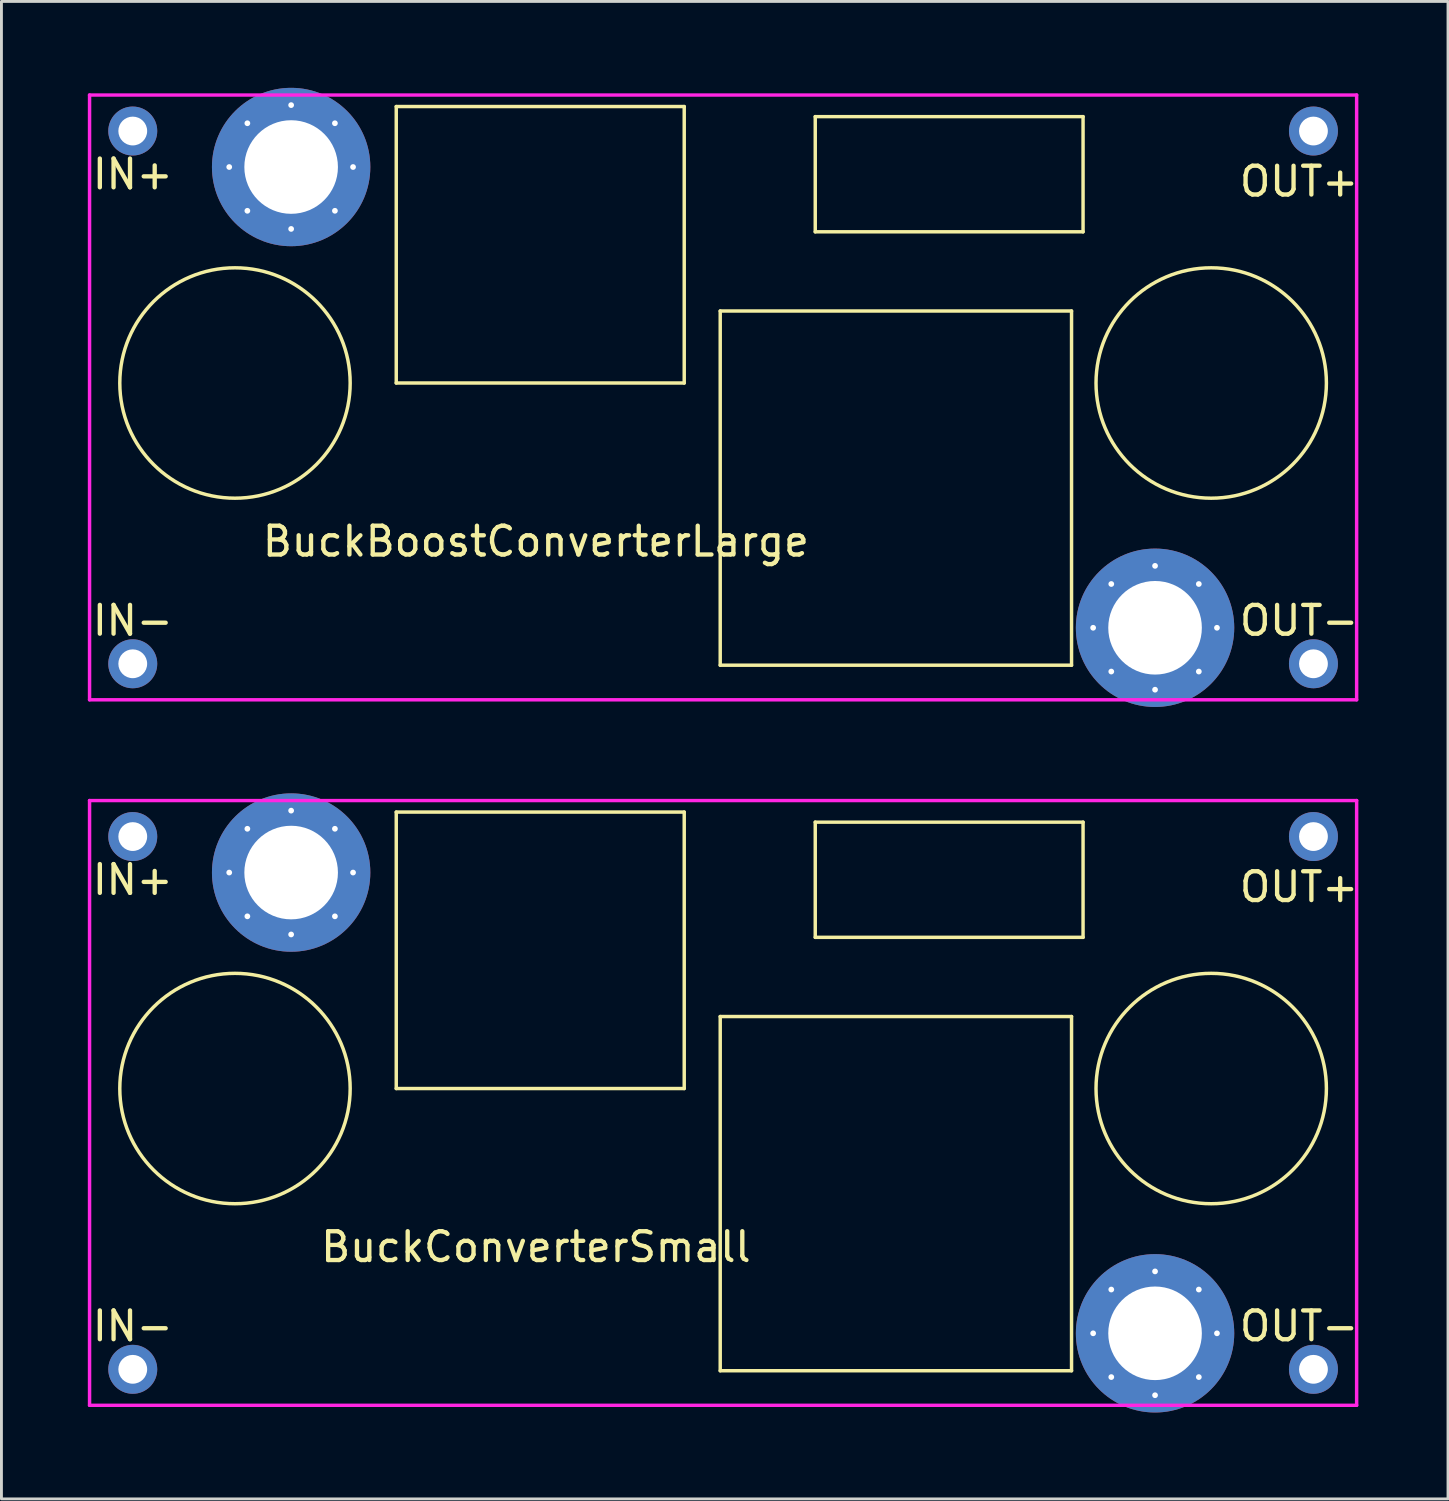
<source format=kicad_pcb>
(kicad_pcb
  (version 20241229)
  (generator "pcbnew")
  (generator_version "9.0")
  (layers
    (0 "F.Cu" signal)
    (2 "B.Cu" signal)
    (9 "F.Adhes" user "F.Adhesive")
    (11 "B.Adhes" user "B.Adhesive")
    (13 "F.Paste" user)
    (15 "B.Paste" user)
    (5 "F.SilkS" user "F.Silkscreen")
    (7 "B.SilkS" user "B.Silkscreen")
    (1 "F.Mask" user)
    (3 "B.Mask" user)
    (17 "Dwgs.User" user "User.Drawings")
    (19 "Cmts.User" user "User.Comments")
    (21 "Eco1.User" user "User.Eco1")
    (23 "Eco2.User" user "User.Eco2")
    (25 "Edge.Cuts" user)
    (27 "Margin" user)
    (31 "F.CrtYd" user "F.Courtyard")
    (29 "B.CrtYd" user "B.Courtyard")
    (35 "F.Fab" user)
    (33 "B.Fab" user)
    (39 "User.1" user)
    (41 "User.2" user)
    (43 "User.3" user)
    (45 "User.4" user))
  (footprint "BuckConverterSmall"
    (layer "F.Cu")
    (at 22.06 35.25)
    (property "Reference" "BuckConverterSmall" (at -6.5 5 0) (layer "F.SilkS") (effects (font (size 1 1) (thickness 0.15))))
    (attr through_hole)
    (fp_line (start -11.35 -10.1) (end -1.35 -10.1) (stroke (width 0.12) (type solid)) (layer "F.SilkS"))
    (fp_line (start -11.35 -0.5) (end -11.35 -10.1) (stroke (width 0.12) (type solid)) (layer "F.SilkS"))
    (fp_line (start -1.35 -10.1) (end -1.35 -0.5) (stroke (width 0.12) (type solid)) (layer "F.SilkS"))
    (fp_line (start -1.35 -0.5) (end -11.35 -0.5) (stroke (width 0.12) (type solid)) (layer "F.SilkS"))
    (fp_line (start -0.1 -3) (end 12.1 -3) (stroke (width 0.12) (type solid)) (layer "F.SilkS"))
    (fp_line (start -0.1 9.3) (end -0.1 -3) (stroke (width 0.12) (type solid)) (layer "F.SilkS"))
    (fp_line (start 3.2 -9.75) (end 12.5 -9.75) (stroke (width 0.12) (type solid)) (layer "F.SilkS"))
    (fp_line (start 3.2 -5.75) (end 3.2 -9.75) (stroke (width 0.12) (type solid)) (layer "F.SilkS"))
    (fp_line (start 12.1 -3) (end 12.1 9.3) (stroke (width 0.12) (type solid)) (layer "F.SilkS"))
    (fp_line (start 12.1 9.3) (end -0.1 9.3) (stroke (width 0.12) (type solid)) (layer "F.SilkS"))
    (fp_line (start 12.5 -9.75) (end 12.5 -5.75) (stroke (width 0.12) (type solid)) (layer "F.SilkS"))
    (fp_line (start 12.5 -5.75) (end 3.2 -5.75) (stroke (width 0.12) (type solid)) (layer "F.SilkS"))
    (fp_circle (center -16.95 -0.5) (end -16.95 3.5) (stroke (width 0.12) (type solid)) (fill no) (layer "F.SilkS"))
    (fp_circle (center 16.95 -0.5) (end 16.95 3.5) (stroke (width 0.12) (type solid)) (fill no) (layer "F.SilkS"))
    (fp_line (start -22 -10.5) (end -22 10.5) (stroke (width 0.12) (type solid)) (layer "F.CrtYd"))
    (fp_line (start -22 10.5) (end 22 10.5) (stroke (width 0.12) (type solid)) (layer "F.CrtYd"))
    (fp_line (start 22 -10.5) (end -22 -10.5) (stroke (width 0.12) (type solid)) (layer "F.CrtYd"))
    (fp_line (start 22 10.5) (end 22 -10.5) (stroke (width 0.12) (type solid)) (layer "F.CrtYd"))
    (fp_text user "OUT+" (at 20 -7.5 0) (layer "F.SilkS") (effects (font (size 1 1) (thickness 0.15))))
    (fp_text user "IN+" (at -20.5 -7.75 0) (layer "F.SilkS") (effects (font (size 1 1) (thickness 0.15))))
    (fp_text user "IN-" (at -20.5 7.75 0) (layer "F.SilkS") (effects (font (size 1 1) (thickness 0.15))))
    (fp_text user "OUT-" (at 20 7.75 0) (layer "F.SilkS") (effects (font (size 1 1) (thickness 0.15))))
    (pad "1" thru_hole circle (at -20.5 -9.25) (size 1.7 1.7) (drill 1) (layers "*.Cu" "*.Mask"))
    (pad "2" thru_hole circle (at -20.5 9.25) (size 1.7 1.7) (drill 1) (layers "*.Cu" "*.Mask"))
    (pad "3" thru_hole circle (at 20.5 -9.25) (size 1.7 1.7) (drill 1) (layers "*.Cu" "*.Mask"))
    (pad "4" thru_hole circle (at 20.5 9.25) (size 1.7 1.7) (drill 1) (layers "*.Cu" "*.Mask"))
    (pad "5" thru_hole circle (at -17.15 -8) (size 0.5 0.5) (drill 0.2) (layers "*.Cu"))
    (pad "5" thru_hole circle (at -16.52 -9.52) (size 0.5 0.5) (drill 0.2) (layers "*.Cu"))
    (pad "5" thru_hole circle (at -16.52 -6.48) (size 0.5 0.5) (drill 0.2) (layers "*.Cu"))
    (pad "5" thru_hole circle (at -15 -10.15) (size 0.5 0.5) (drill 0.2) (layers "*.Cu"))
    (pad "5" thru_hole circle (at -15 -8) (size 5.5 5.5) (drill 3.25) (layers "*.Cu" "*.Mask"))
    (pad "5" thru_hole circle (at -15 -5.85) (size 0.5 0.5) (drill 0.2) (layers "*.Cu"))
    (pad "5" thru_hole circle (at -13.48 -9.52) (size 0.5 0.5) (drill 0.2) (layers "*.Cu"))
    (pad "5" thru_hole circle (at -13.48 -6.48) (size 0.5 0.5) (drill 0.2) (layers "*.Cu"))
    (pad "5" thru_hole circle (at -12.85 -8) (size 0.5 0.5) (drill 0.2) (layers "*.Cu"))
    (pad "5" thru_hole circle (at 12.85 8) (size 0.5 0.5) (drill 0.2) (layers "*.Cu"))
    (pad "5" thru_hole circle (at 13.48 6.48) (size 0.5 0.5) (drill 0.2) (layers "*.Cu"))
    (pad "5" thru_hole circle (at 13.48 9.52) (size 0.5 0.5) (drill 0.2) (layers "*.Cu"))
    (pad "5" thru_hole circle (at 15 5.85) (size 0.5 0.5) (drill 0.2) (layers "*.Cu"))
    (pad "5" thru_hole circle (at 15 8) (size 5.5 5.5) (drill 3.25) (layers "*.Cu" "*.Mask"))
    (pad "5" thru_hole circle (at 15 10.15) (size 0.5 0.5) (drill 0.2) (layers "*.Cu"))
    (pad "5" thru_hole circle (at 16.52 6.48) (size 0.5 0.5) (drill 0.2) (layers "*.Cu"))
    (pad "5" thru_hole circle (at 16.52 9.52) (size 0.5 0.5) (drill 0.2) (layers "*.Cu"))
    (pad "5" thru_hole circle (at 17.15 8) (size 0.5 0.5) (drill 0.2) (layers "*.Cu")))
  (footprint "BuckBoostConverterLarge"
    (layer "F.Cu")
    (at 22.06 10.75)
    (property "Reference" "BuckBoostConverterLarge" (at -6.5 5 0) (layer "F.SilkS") (effects (font (size 1 1) (thickness 0.15))))
    (attr through_hole)
    (fp_line (start -11.35 -10.1) (end -1.35 -10.1) (stroke (width 0.12) (type solid)) (layer "F.SilkS"))
    (fp_line (start -11.35 -0.5) (end -11.35 -10.1) (stroke (width 0.12) (type solid)) (layer "F.SilkS"))
    (fp_line (start -1.35 -10.1) (end -1.35 -0.5) (stroke (width 0.12) (type solid)) (layer "F.SilkS"))
    (fp_line (start -1.35 -0.5) (end -11.35 -0.5) (stroke (width 0.12) (type solid)) (layer "F.SilkS"))
    (fp_line (start -0.1 -3) (end 12.1 -3) (stroke (width 0.12) (type solid)) (layer "F.SilkS"))
    (fp_line (start -0.1 9.3) (end -0.1 -3) (stroke (width 0.12) (type solid)) (layer "F.SilkS"))
    (fp_line (start 3.2 -9.75) (end 12.5 -9.75) (stroke (width 0.12) (type solid)) (layer "F.SilkS"))
    (fp_line (start 3.2 -5.75) (end 3.2 -9.75) (stroke (width 0.12) (type solid)) (layer "F.SilkS"))
    (fp_line (start 12.1 -3) (end 12.1 9.3) (stroke (width 0.12) (type solid)) (layer "F.SilkS"))
    (fp_line (start 12.1 9.3) (end -0.1 9.3) (stroke (width 0.12) (type solid)) (layer "F.SilkS"))
    (fp_line (start 12.5 -9.75) (end 12.5 -5.75) (stroke (width 0.12) (type solid)) (layer "F.SilkS"))
    (fp_line (start 12.5 -5.75) (end 3.2 -5.75) (stroke (width 0.12) (type solid)) (layer "F.SilkS"))
    (fp_circle (center -16.95 -0.5) (end -16.95 3.5) (stroke (width 0.12) (type solid)) (fill no) (layer "F.SilkS"))
    (fp_circle (center 16.95 -0.5) (end 16.95 3.5) (stroke (width 0.12) (type solid)) (fill no) (layer "F.SilkS"))
    (fp_line (start -22 -10.5) (end -22 10.5) (stroke (width 0.12) (type solid)) (layer "F.CrtYd"))
    (fp_line (start -22 10.5) (end 22 10.5) (stroke (width 0.12) (type solid)) (layer "F.CrtYd"))
    (fp_line (start 22 -10.5) (end -22 -10.5) (stroke (width 0.12) (type solid)) (layer "F.CrtYd"))
    (fp_line (start 22 10.5) (end 22 -10.5) (stroke (width 0.12) (type solid)) (layer "F.CrtYd"))
    (fp_text user "IN-" (at -20.5 7.75 0) (layer "F.SilkS") (effects (font (size 1 1) (thickness 0.15))))
    (fp_text user "OUT-" (at 20 7.75 0) (layer "F.SilkS") (effects (font (size 1 1) (thickness 0.15))))
    (fp_text user "OUT+" (at 20 -7.5 0) (layer "F.SilkS") (effects (font (size 1 1) (thickness 0.15))))
    (fp_text user "IN+" (at -20.5 -7.75 0) (layer "F.SilkS") (effects (font (size 1 1) (thickness 0.15))))
    (pad "1" thru_hole circle (at -20.5 -9.25) (size 1.7 1.7) (drill 1) (layers "*.Cu" "*.Mask"))
    (pad "2" thru_hole circle (at -20.5 9.25) (size 1.7 1.7) (drill 1) (layers "*.Cu" "*.Mask"))
    (pad "3" thru_hole circle (at 20.5 -9.25) (size 1.7 1.7) (drill 1) (layers "*.Cu" "*.Mask"))
    (pad "4" thru_hole circle (at 20.5 9.25) (size 1.7 1.7) (drill 1) (layers "*.Cu" "*.Mask"))
    (pad "5" thru_hole circle (at -17.15 -8) (size 0.5 0.5) (drill 0.2) (layers "*.Cu"))
    (pad "5" thru_hole circle (at -16.52 -9.52) (size 0.5 0.5) (drill 0.2) (layers "*.Cu"))
    (pad "5" thru_hole circle (at -16.52 -6.48) (size 0.5 0.5) (drill 0.2) (layers "*.Cu"))
    (pad "5" thru_hole circle (at -15 -10.15) (size 0.5 0.5) (drill 0.2) (layers "*.Cu"))
    (pad "5" thru_hole circle (at -15 -8) (size 5.5 5.5) (drill 3.25) (layers "*.Cu" "*.Mask"))
    (pad "5" thru_hole circle (at -15 -5.85) (size 0.5 0.5) (drill 0.2) (layers "*.Cu"))
    (pad "5" thru_hole circle (at -13.48 -9.52) (size 0.5 0.5) (drill 0.2) (layers "*.Cu"))
    (pad "5" thru_hole circle (at -13.48 -6.48) (size 0.5 0.5) (drill 0.2) (layers "*.Cu"))
    (pad "5" thru_hole circle (at -12.85 -8) (size 0.5 0.5) (drill 0.2) (layers "*.Cu"))
    (pad "5" thru_hole circle (at 12.85 8) (size 0.5 0.5) (drill 0.2) (layers "*.Cu"))
    (pad "5" thru_hole circle (at 13.48 6.48) (size 0.5 0.5) (drill 0.2) (layers "*.Cu"))
    (pad "5" thru_hole circle (at 13.48 9.52) (size 0.5 0.5) (drill 0.2) (layers "*.Cu"))
    (pad "5" thru_hole circle (at 15 5.85) (size 0.5 0.5) (drill 0.2) (layers "*.Cu"))
    (pad "5" thru_hole circle (at 15 8) (size 5.5 5.5) (drill 3.25) (layers "*.Cu" "*.Mask"))
    (pad "5" thru_hole circle (at 15 10.15) (size 0.5 0.5) (drill 0.2) (layers "*.Cu"))
    (pad "5" thru_hole circle (at 16.52 6.48) (size 0.5 0.5) (drill 0.2) (layers "*.Cu"))
    (pad "5" thru_hole circle (at 16.52 9.52) (size 0.5 0.5) (drill 0.2) (layers "*.Cu"))
    (pad "5" thru_hole circle (at 17.15 8) (size 0.5 0.5) (drill 0.2) (layers "*.Cu")))
  (gr_rect
    (start -3 -3)
    (end 47.233 49)
    (stroke (width 0.1) (type default))
    (fill no)
    (layer "Edge.Cuts")))
</source>
